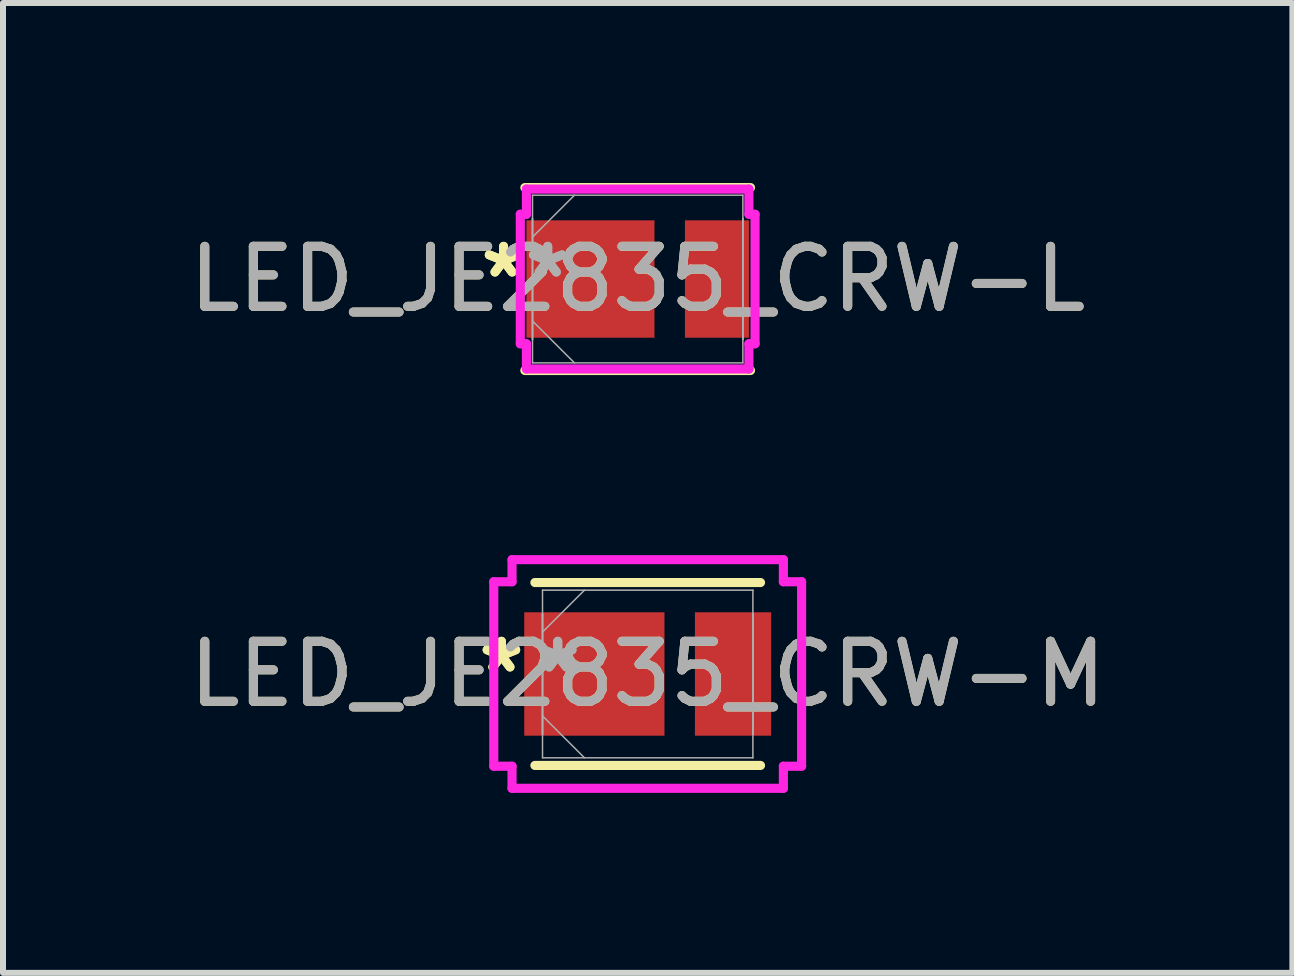
<source format=kicad_pcb>
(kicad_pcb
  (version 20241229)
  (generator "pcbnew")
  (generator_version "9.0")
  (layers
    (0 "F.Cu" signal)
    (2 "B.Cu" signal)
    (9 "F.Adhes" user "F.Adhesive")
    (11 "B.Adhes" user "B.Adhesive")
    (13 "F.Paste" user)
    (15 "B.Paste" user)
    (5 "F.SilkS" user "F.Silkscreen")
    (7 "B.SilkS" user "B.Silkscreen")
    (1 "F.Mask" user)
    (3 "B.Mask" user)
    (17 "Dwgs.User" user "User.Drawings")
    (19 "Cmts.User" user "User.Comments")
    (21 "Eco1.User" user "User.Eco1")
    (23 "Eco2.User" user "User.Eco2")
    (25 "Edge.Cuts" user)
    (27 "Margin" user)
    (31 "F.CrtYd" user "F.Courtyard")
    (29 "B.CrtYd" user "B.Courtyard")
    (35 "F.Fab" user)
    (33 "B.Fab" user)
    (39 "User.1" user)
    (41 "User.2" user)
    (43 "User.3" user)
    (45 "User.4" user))
  (footprint "LED_JE2835_CRW-L"
    (layer "F.Cu")
    (at 7.577 1.6)
    (property "Reference" "LED_JE2835_CRW-L" (at 0 0 0) (unlocked yes) (layer "F.SilkS") (effects (font (size 1 1) (thickness 0.15))))
    (attr smd)
    (fp_line (start -1.88 1.524) (end 1.88 1.524) (stroke (width 0.152) (type solid)) (layer "F.SilkS"))
    (fp_line (start 1.88 -1.524) (end -1.88 -1.524) (stroke (width 0.152) (type solid)) (layer "F.SilkS"))
    (fp_line (start -1.956 -1.079) (end -1.854 -1.079) (stroke (width 0.152) (type solid)) (layer "F.CrtYd"))
    (fp_line (start -1.956 1.079) (end -1.956 -1.079) (stroke (width 0.152) (type solid)) (layer "F.CrtYd"))
    (fp_line (start -1.854 -1.499) (end 1.854 -1.499) (stroke (width 0.152) (type solid)) (layer "F.CrtYd"))
    (fp_line (start -1.854 -1.079) (end -1.854 -1.499) (stroke (width 0.152) (type solid)) (layer "F.CrtYd"))
    (fp_line (start -1.854 1.079) (end -1.956 1.079) (stroke (width 0.152) (type solid)) (layer "F.CrtYd"))
    (fp_line (start -1.854 1.499) (end -1.854 1.079) (stroke (width 0.152) (type solid)) (layer "F.CrtYd"))
    (fp_line (start 1.854 -1.499) (end 1.854 -1.079) (stroke (width 0.152) (type solid)) (layer "F.CrtYd"))
    (fp_line (start 1.854 -1.079) (end 1.956 -1.079) (stroke (width 0.152) (type solid)) (layer "F.CrtYd"))
    (fp_line (start 1.854 1.079) (end 1.854 1.499) (stroke (width 0.152) (type solid)) (layer "F.CrtYd"))
    (fp_line (start 1.854 1.499) (end -1.854 1.499) (stroke (width 0.152) (type solid)) (layer "F.CrtYd"))
    (fp_line (start 1.956 -1.079) (end 1.956 1.079) (stroke (width 0.152) (type solid)) (layer "F.CrtYd"))
    (fp_line (start 1.956 1.079) (end 1.854 1.079) (stroke (width 0.152) (type solid)) (layer "F.CrtYd"))
    (fp_line (start -1.753 -1.397) (end -1.753 1.397) (stroke (width 0.025) (type solid)) (layer "F.Fab"))
    (fp_line (start -1.753 -1.003) (end -1.753 -1.003) (stroke (width 0.025) (type solid)) (layer "F.Fab"))
    (fp_line (start -1.753 -1.003) (end -1.753 1.003) (stroke (width 0.025) (type solid)) (layer "F.Fab"))
    (fp_line (start -1.753 -0.699) (end -1.054 -1.397) (stroke (width 0.025) (type solid)) (layer "F.Fab"))
    (fp_line (start -1.753 0.699) (end -1.054 1.397) (stroke (width 0.025) (type solid)) (layer "F.Fab"))
    (fp_line (start -1.753 1.003) (end -1.753 -1.003) (stroke (width 0.025) (type solid)) (layer "F.Fab"))
    (fp_line (start -1.753 1.003) (end -1.753 1.003) (stroke (width 0.025) (type solid)) (layer "F.Fab"))
    (fp_line (start -1.753 1.397) (end 1.753 1.397) (stroke (width 0.025) (type solid)) (layer "F.Fab"))
    (fp_line (start 1.753 -1.397) (end -1.753 -1.397) (stroke (width 0.025) (type solid)) (layer "F.Fab"))
    (fp_line (start 1.753 -1.003) (end 1.753 -1.003) (stroke (width 0.025) (type solid)) (layer "F.Fab"))
    (fp_line (start 1.753 -1.003) (end 1.753 1.003) (stroke (width 0.025) (type solid)) (layer "F.Fab"))
    (fp_line (start 1.753 1.003) (end 1.753 -1.003) (stroke (width 0.025) (type solid)) (layer "F.Fab"))
    (fp_line (start 1.753 1.003) (end 1.753 1.003) (stroke (width 0.025) (type solid)) (layer "F.Fab"))
    (fp_line (start 1.753 1.397) (end 1.753 -1.397) (stroke (width 0.025) (type solid)) (layer "F.Fab"))
    (fp_text user "*" (at -2.235 0 0) (layer "F.SilkS") (effects (font (size 1 1) (thickness 0.15))))
    (fp_text user "*" (at -2.235 0 0) (unlocked yes) (layer "F.SilkS") (effects (font (size 1 1) (thickness 0.15))))
    (fp_text user "*" (at -1.499 0 0) (layer "F.Fab") (effects (font (size 1 1) (thickness 0.15))))
    (fp_text user "*" (at -1.499 0 0) (unlocked yes) (layer "F.Fab") (effects (font (size 1 1) (thickness 0.15))))
    (fp_text user "${REFERENCE}" (at 0 0 0) (unlocked yes) (layer "F.Fab") (effects (font (size 1 1) (thickness 0.15))))
    (pad "1" smd rect (at -0.787 0) (size 2.134 1.956) (layers "F.Cu" "F.Mask" "F.Paste"))
    (pad "2" smd rect (at 1.321 0) (size 1.067 1.956) (layers "F.Cu" "F.Mask" "F.Paste"))
    (zone (net_name "") (layer "F.Cu") (hatch full 0.508) (connect_pads) (min_thickness 0.254) (filled_areas_thickness no) (keepout (tracks not_allowed) (vias not_allowed) (pads allowed) (copperpour not_allowed) (footprints allowed)) (placement (enabled no)) (fill) (polygon (pts (xy 7.908 0.254) (xy 8.314 0.254) (xy 8.314 2.946) (xy 7.908 2.946)))))
  (footprint "LED_JE2835_CRW-M"
    (layer "F.Cu")
    (at 7.744 8.182)
    (property "Reference" "LED_JE2835_CRW-M" (at 0 0 0) (unlocked yes) (layer "F.SilkS") (effects (font (size 1 1) (thickness 0.15))))
    (attr smd)
    (fp_line (start -1.88 1.524) (end 1.88 1.524) (stroke (width 0.152) (type solid)) (layer "F.SilkS"))
    (fp_line (start 1.88 -1.524) (end -1.88 -1.524) (stroke (width 0.152) (type solid)) (layer "F.SilkS"))
    (fp_line (start -2.565 -1.537) (end -2.261 -1.537) (stroke (width 0.152) (type solid)) (layer "F.CrtYd"))
    (fp_line (start -2.565 1.537) (end -2.565 -1.537) (stroke (width 0.152) (type solid)) (layer "F.CrtYd"))
    (fp_line (start -2.261 -1.905) (end 2.261 -1.905) (stroke (width 0.152) (type solid)) (layer "F.CrtYd"))
    (fp_line (start -2.261 -1.537) (end -2.261 -1.905) (stroke (width 0.152) (type solid)) (layer "F.CrtYd"))
    (fp_line (start -2.261 1.537) (end -2.565 1.537) (stroke (width 0.152) (type solid)) (layer "F.CrtYd"))
    (fp_line (start -2.261 1.905) (end -2.261 1.537) (stroke (width 0.152) (type solid)) (layer "F.CrtYd"))
    (fp_line (start 2.261 -1.905) (end 2.261 -1.537) (stroke (width 0.152) (type solid)) (layer "F.CrtYd"))
    (fp_line (start 2.261 -1.537) (end 2.565 -1.537) (stroke (width 0.152) (type solid)) (layer "F.CrtYd"))
    (fp_line (start 2.261 1.537) (end 2.261 1.905) (stroke (width 0.152) (type solid)) (layer "F.CrtYd"))
    (fp_line (start 2.261 1.905) (end -2.261 1.905) (stroke (width 0.152) (type solid)) (layer "F.CrtYd"))
    (fp_line (start 2.565 -1.537) (end 2.565 1.537) (stroke (width 0.152) (type solid)) (layer "F.CrtYd"))
    (fp_line (start 2.565 1.537) (end 2.261 1.537) (stroke (width 0.152) (type solid)) (layer "F.CrtYd"))
    (fp_line (start -1.753 -1.397) (end -1.753 1.397) (stroke (width 0.025) (type solid)) (layer "F.Fab"))
    (fp_line (start -1.753 -1.003) (end -1.753 -1.003) (stroke (width 0.025) (type solid)) (layer "F.Fab"))
    (fp_line (start -1.753 -1.003) (end -1.753 1.003) (stroke (width 0.025) (type solid)) (layer "F.Fab"))
    (fp_line (start -1.753 -0.699) (end -1.054 -1.397) (stroke (width 0.025) (type solid)) (layer "F.Fab"))
    (fp_line (start -1.753 0.699) (end -1.054 1.397) (stroke (width 0.025) (type solid)) (layer "F.Fab"))
    (fp_line (start -1.753 1.003) (end -1.753 -1.003) (stroke (width 0.025) (type solid)) (layer "F.Fab"))
    (fp_line (start -1.753 1.003) (end -1.753 1.003) (stroke (width 0.025) (type solid)) (layer "F.Fab"))
    (fp_line (start -1.753 1.397) (end 1.753 1.397) (stroke (width 0.025) (type solid)) (layer "F.Fab"))
    (fp_line (start 1.753 -1.397) (end -1.753 -1.397) (stroke (width 0.025) (type solid)) (layer "F.Fab"))
    (fp_line (start 1.753 -1.003) (end 1.753 -1.003) (stroke (width 0.025) (type solid)) (layer "F.Fab"))
    (fp_line (start 1.753 -1.003) (end 1.753 1.003) (stroke (width 0.025) (type solid)) (layer "F.Fab"))
    (fp_line (start 1.753 1.003) (end 1.753 -1.003) (stroke (width 0.025) (type solid)) (layer "F.Fab"))
    (fp_line (start 1.753 1.003) (end 1.753 1.003) (stroke (width 0.025) (type solid)) (layer "F.Fab"))
    (fp_line (start 1.753 1.397) (end 1.753 -1.397) (stroke (width 0.025) (type solid)) (layer "F.Fab"))
    (fp_text user "*" (at -2.438 0 0) (layer "F.SilkS") (effects (font (size 1 1) (thickness 0.15))))
    (fp_text user "*" (at -2.438 0 0) (unlocked yes) (layer "F.SilkS") (effects (font (size 1 1) (thickness 0.15))))
    (fp_text user "*" (at -1.499 0 0) (layer "F.Fab") (effects (font (size 1 1) (thickness 0.15))))
    (fp_text user "*" (at -1.499 0 0) (unlocked yes) (layer "F.Fab") (effects (font (size 1 1) (thickness 0.15))))
    (fp_text user "${REFERENCE}" (at 0 0 0) (unlocked yes) (layer "F.Fab") (effects (font (size 1 1) (thickness 0.15))))
    (pad "1" smd rect (at -0.889 0) (size 2.337 2.057) (layers "F.Cu" "F.Mask" "F.Paste"))
    (pad "2" smd rect (at 1.422 0) (size 1.27 2.057) (layers "F.Cu" "F.Mask" "F.Paste"))
    (zone (net_name "") (layer "F.Cu") (hatch full 0.508) (connect_pads) (min_thickness 0.254) (filled_areas_thickness no) (keepout (tracks not_allowed) (vias not_allowed) (pads allowed) (copperpour not_allowed) (footprints allowed)) (placement (enabled no)) (fill) (polygon (pts (xy 8.074 6.835) (xy 8.481 6.835) (xy 8.481 9.528) (xy 8.074 9.528)))))
  (gr_rect
    (start -3 -3)
    (end 18.488 13.163)
    (stroke (width 0.1) (type default))
    (fill no)
    (layer "Edge.Cuts")))
</source>
